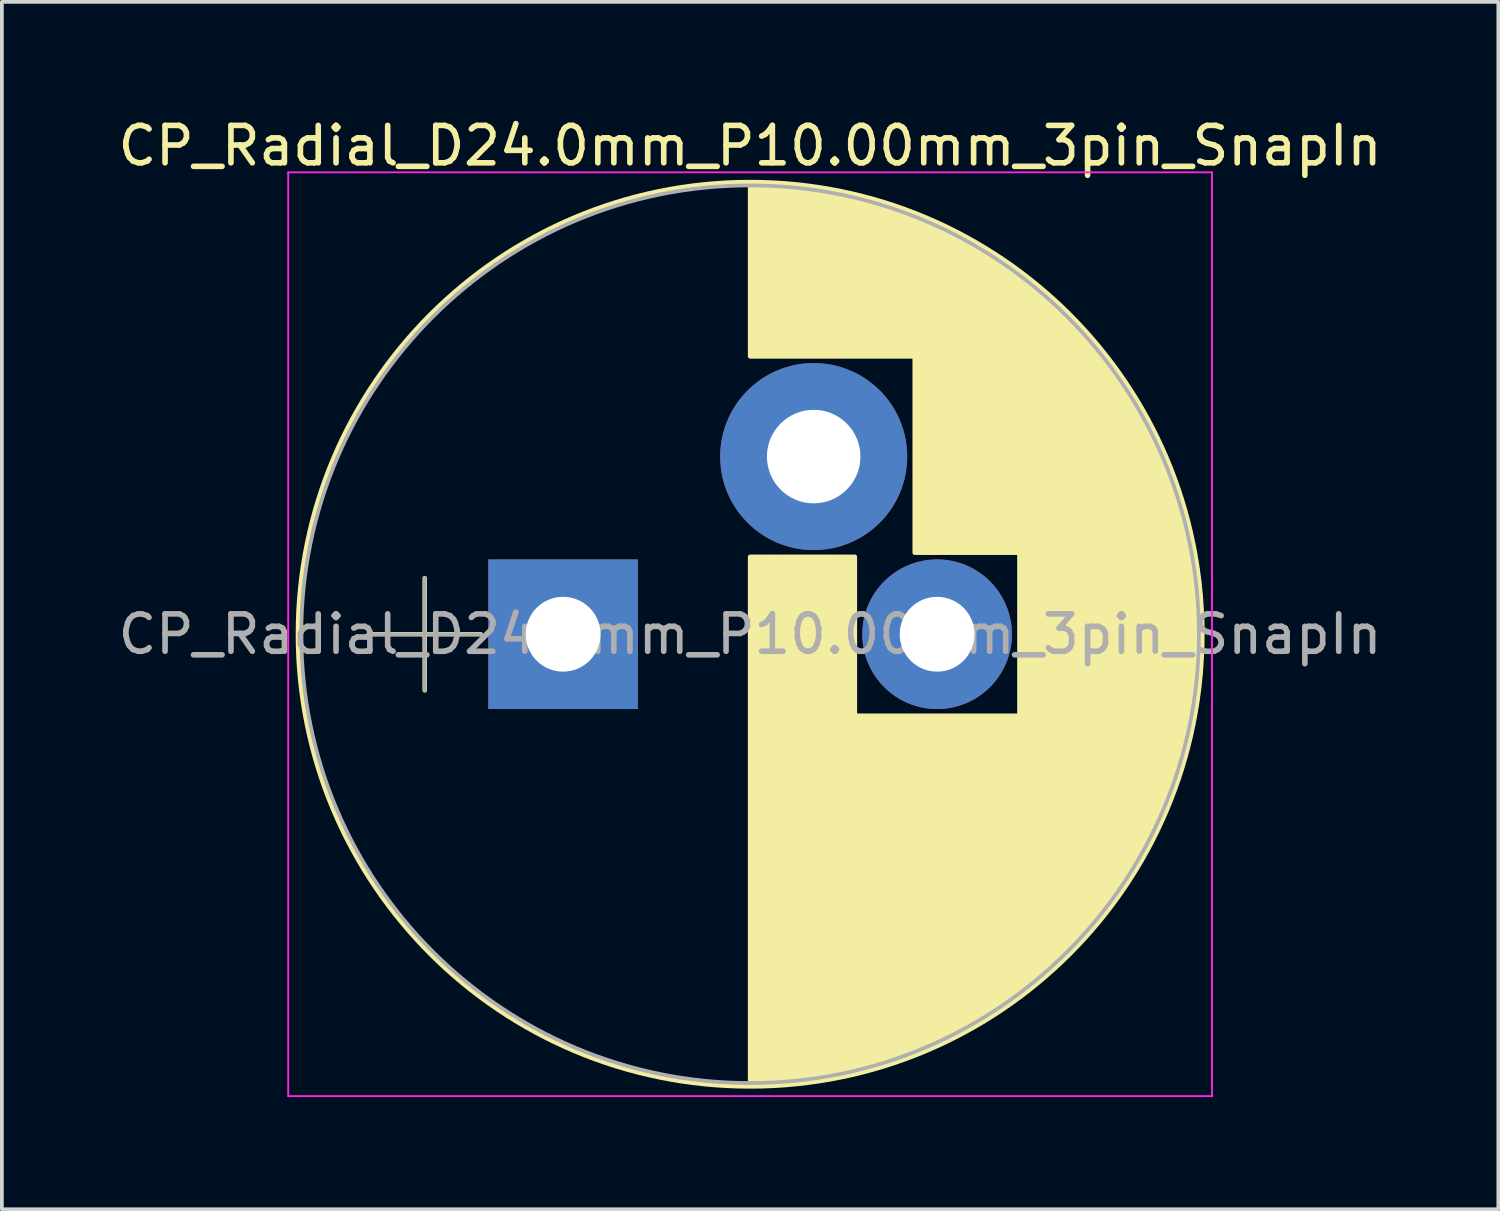
<source format=kicad_pcb>
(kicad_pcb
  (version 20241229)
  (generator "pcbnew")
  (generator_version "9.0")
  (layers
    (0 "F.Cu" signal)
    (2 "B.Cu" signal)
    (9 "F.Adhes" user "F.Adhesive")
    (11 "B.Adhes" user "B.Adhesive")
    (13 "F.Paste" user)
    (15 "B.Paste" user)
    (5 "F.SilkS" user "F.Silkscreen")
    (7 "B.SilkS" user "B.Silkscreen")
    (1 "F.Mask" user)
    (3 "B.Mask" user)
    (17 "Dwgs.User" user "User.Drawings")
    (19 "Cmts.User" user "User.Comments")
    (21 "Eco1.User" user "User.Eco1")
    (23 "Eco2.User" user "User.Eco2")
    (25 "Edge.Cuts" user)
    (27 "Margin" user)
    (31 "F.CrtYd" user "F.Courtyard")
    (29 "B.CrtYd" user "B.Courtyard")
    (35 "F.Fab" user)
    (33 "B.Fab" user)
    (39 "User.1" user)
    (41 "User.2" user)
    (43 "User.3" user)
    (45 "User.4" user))
  (footprint "CP_Radial_D24.0mm_P10.00mm_3pin_SnapIn"
    (layer "F.Cu")
    (at 12.006 13.908)
    (property "Reference" "CP_Radial_D24.0mm_P10.00mm_3pin_SnapIn" (at 5 -13.06 0) (layer "F.SilkS") (effects (font (size 1 1) (thickness 0.15))))
    (attr through_hole)
    (fp_line (start -5.2 0) (end -2.2 0) (stroke (width 0.12) (type solid)) (layer "F.SilkS"))
    (fp_line (start -3.7 -1.5) (end -3.7 1.5) (stroke (width 0.12) (type solid)) (layer "F.SilkS"))
    (fp_line (start 5 -12.05) (end 5 -7.43) (stroke (width 0.12) (type solid)) (layer "F.SilkS"))
    (fp_line (start 5 -2.07) (end 5 12.05) (stroke (width 0.12) (type solid)) (layer "F.SilkS"))
    (fp_line (start 5.04 -12.05) (end 5.04 -7.43) (stroke (width 0.12) (type solid)) (layer "F.SilkS"))
    (fp_line (start 5.04 -2.07) (end 5.04 12.05) (stroke (width 0.12) (type solid)) (layer "F.SilkS"))
    (fp_line (start 5.08 -12.05) (end 5.08 -7.43) (stroke (width 0.12) (type solid)) (layer "F.SilkS"))
    (fp_line (start 5.08 -2.07) (end 5.08 12.05) (stroke (width 0.12) (type solid)) (layer "F.SilkS"))
    (fp_line (start 5.12 -12.05) (end 5.12 -7.43) (stroke (width 0.12) (type solid)) (layer "F.SilkS"))
    (fp_line (start 5.12 -2.07) (end 5.12 12.05) (stroke (width 0.12) (type solid)) (layer "F.SilkS"))
    (fp_line (start 5.16 -12.049) (end 5.16 -7.43) (stroke (width 0.12) (type solid)) (layer "F.SilkS"))
    (fp_line (start 5.16 -2.07) (end 5.16 12.049) (stroke (width 0.12) (type solid)) (layer "F.SilkS"))
    (fp_line (start 5.2 -12.049) (end 5.2 -7.43) (stroke (width 0.12) (type solid)) (layer "F.SilkS"))
    (fp_line (start 5.2 -2.07) (end 5.2 12.049) (stroke (width 0.12) (type solid)) (layer "F.SilkS"))
    (fp_line (start 5.24 -12.048) (end 5.24 -7.43) (stroke (width 0.12) (type solid)) (layer "F.SilkS"))
    (fp_line (start 5.24 -2.07) (end 5.24 12.048) (stroke (width 0.12) (type solid)) (layer "F.SilkS"))
    (fp_line (start 5.28 -12.047) (end 5.28 -7.43) (stroke (width 0.12) (type solid)) (layer "F.SilkS"))
    (fp_line (start 5.28 -2.07) (end 5.28 12.047) (stroke (width 0.12) (type solid)) (layer "F.SilkS"))
    (fp_line (start 5.32 -12.046) (end 5.32 -7.43) (stroke (width 0.12) (type solid)) (layer "F.SilkS"))
    (fp_line (start 5.32 -2.07) (end 5.32 12.046) (stroke (width 0.12) (type solid)) (layer "F.SilkS"))
    (fp_line (start 5.36 -12.045) (end 5.36 -7.43) (stroke (width 0.12) (type solid)) (layer "F.SilkS"))
    (fp_line (start 5.36 -2.07) (end 5.36 12.045) (stroke (width 0.12) (type solid)) (layer "F.SilkS"))
    (fp_line (start 5.4 -12.044) (end 5.4 -7.43) (stroke (width 0.12) (type solid)) (layer "F.SilkS"))
    (fp_line (start 5.4 -2.07) (end 5.4 12.044) (stroke (width 0.12) (type solid)) (layer "F.SilkS"))
    (fp_line (start 5.44 -12.042) (end 5.44 -7.43) (stroke (width 0.12) (type solid)) (layer "F.SilkS"))
    (fp_line (start 5.44 -2.07) (end 5.44 12.042) (stroke (width 0.12) (type solid)) (layer "F.SilkS"))
    (fp_line (start 5.48 -12.041) (end 5.48 -7.43) (stroke (width 0.12) (type solid)) (layer "F.SilkS"))
    (fp_line (start 5.48 -2.07) (end 5.48 12.041) (stroke (width 0.12) (type solid)) (layer "F.SilkS"))
    (fp_line (start 5.52 -12.039) (end 5.52 -7.43) (stroke (width 0.12) (type solid)) (layer "F.SilkS"))
    (fp_line (start 5.52 -2.07) (end 5.52 12.039) (stroke (width 0.12) (type solid)) (layer "F.SilkS"))
    (fp_line (start 5.56 -12.038) (end 5.56 -7.43) (stroke (width 0.12) (type solid)) (layer "F.SilkS"))
    (fp_line (start 5.56 -2.07) (end 5.56 12.038) (stroke (width 0.12) (type solid)) (layer "F.SilkS"))
    (fp_line (start 5.6 -12.036) (end 5.6 -7.43) (stroke (width 0.12) (type solid)) (layer "F.SilkS"))
    (fp_line (start 5.6 -2.07) (end 5.6 12.036) (stroke (width 0.12) (type solid)) (layer "F.SilkS"))
    (fp_line (start 5.64 -12.034) (end 5.64 -7.43) (stroke (width 0.12) (type solid)) (layer "F.SilkS"))
    (fp_line (start 5.64 -2.07) (end 5.64 12.034) (stroke (width 0.12) (type solid)) (layer "F.SilkS"))
    (fp_line (start 5.68 -12.031) (end 5.68 -7.43) (stroke (width 0.12) (type solid)) (layer "F.SilkS"))
    (fp_line (start 5.68 -2.07) (end 5.68 12.031) (stroke (width 0.12) (type solid)) (layer "F.SilkS"))
    (fp_line (start 5.721 -12.029) (end 5.721 -7.43) (stroke (width 0.12) (type solid)) (layer "F.SilkS"))
    (fp_line (start 5.721 -2.07) (end 5.721 12.029) (stroke (width 0.12) (type solid)) (layer "F.SilkS"))
    (fp_line (start 5.761 -12.027) (end 5.761 -7.43) (stroke (width 0.12) (type solid)) (layer "F.SilkS"))
    (fp_line (start 5.761 -2.07) (end 5.761 12.027) (stroke (width 0.12) (type solid)) (layer "F.SilkS"))
    (fp_line (start 5.801 -12.024) (end 5.801 -7.43) (stroke (width 0.12) (type solid)) (layer "F.SilkS"))
    (fp_line (start 5.801 -2.07) (end 5.801 12.024) (stroke (width 0.12) (type solid)) (layer "F.SilkS"))
    (fp_line (start 5.841 -12.021) (end 5.841 -7.43) (stroke (width 0.12) (type solid)) (layer "F.SilkS"))
    (fp_line (start 5.841 -2.07) (end 5.841 12.021) (stroke (width 0.12) (type solid)) (layer "F.SilkS"))
    (fp_line (start 5.881 -12.018) (end 5.881 -7.43) (stroke (width 0.12) (type solid)) (layer "F.SilkS"))
    (fp_line (start 5.881 -2.07) (end 5.881 12.018) (stroke (width 0.12) (type solid)) (layer "F.SilkS"))
    (fp_line (start 5.921 -12.015) (end 5.921 -7.43) (stroke (width 0.12) (type solid)) (layer "F.SilkS"))
    (fp_line (start 5.921 -2.07) (end 5.921 12.015) (stroke (width 0.12) (type solid)) (layer "F.SilkS"))
    (fp_line (start 5.961 -12.012) (end 5.961 -7.43) (stroke (width 0.12) (type solid)) (layer "F.SilkS"))
    (fp_line (start 5.961 -2.07) (end 5.961 12.012) (stroke (width 0.12) (type solid)) (layer "F.SilkS"))
    (fp_line (start 6.001 -12.009) (end 6.001 -7.43) (stroke (width 0.12) (type solid)) (layer "F.SilkS"))
    (fp_line (start 6.001 -2.07) (end 6.001 12.009) (stroke (width 0.12) (type solid)) (layer "F.SilkS"))
    (fp_line (start 6.041 -12.006) (end 6.041 -7.43) (stroke (width 0.12) (type solid)) (layer "F.SilkS"))
    (fp_line (start 6.041 -2.07) (end 6.041 12.006) (stroke (width 0.12) (type solid)) (layer "F.SilkS"))
    (fp_line (start 6.081 -12.002) (end 6.081 -7.43) (stroke (width 0.12) (type solid)) (layer "F.SilkS"))
    (fp_line (start 6.081 -2.07) (end 6.081 12.002) (stroke (width 0.12) (type solid)) (layer "F.SilkS"))
    (fp_line (start 6.121 -11.999) (end 6.121 -7.43) (stroke (width 0.12) (type solid)) (layer "F.SilkS"))
    (fp_line (start 6.121 -2.07) (end 6.121 11.999) (stroke (width 0.12) (type solid)) (layer "F.SilkS"))
    (fp_line (start 6.161 -11.995) (end 6.161 -7.43) (stroke (width 0.12) (type solid)) (layer "F.SilkS"))
    (fp_line (start 6.161 -2.07) (end 6.161 11.995) (stroke (width 0.12) (type solid)) (layer "F.SilkS"))
    (fp_line (start 6.201 -11.991) (end 6.201 -7.43) (stroke (width 0.12) (type solid)) (layer "F.SilkS"))
    (fp_line (start 6.201 -2.07) (end 6.201 11.991) (stroke (width 0.12) (type solid)) (layer "F.SilkS"))
    (fp_line (start 6.241 -11.987) (end 6.241 -7.43) (stroke (width 0.12) (type solid)) (layer "F.SilkS"))
    (fp_line (start 6.241 -2.07) (end 6.241 11.987) (stroke (width 0.12) (type solid)) (layer "F.SilkS"))
    (fp_line (start 6.281 -11.983) (end 6.281 -7.43) (stroke (width 0.12) (type solid)) (layer "F.SilkS"))
    (fp_line (start 6.281 -2.07) (end 6.281 11.983) (stroke (width 0.12) (type solid)) (layer "F.SilkS"))
    (fp_line (start 6.321 -11.978) (end 6.321 -7.43) (stroke (width 0.12) (type solid)) (layer "F.SilkS"))
    (fp_line (start 6.321 -2.07) (end 6.321 11.978) (stroke (width 0.12) (type solid)) (layer "F.SilkS"))
    (fp_line (start 6.361 -11.974) (end 6.361 -7.43) (stroke (width 0.12) (type solid)) (layer "F.SilkS"))
    (fp_line (start 6.361 -2.07) (end 6.361 11.974) (stroke (width 0.12) (type solid)) (layer "F.SilkS"))
    (fp_line (start 6.401 -11.969) (end 6.401 -7.43) (stroke (width 0.12) (type solid)) (layer "F.SilkS"))
    (fp_line (start 6.401 -2.07) (end 6.401 11.969) (stroke (width 0.12) (type solid)) (layer "F.SilkS"))
    (fp_line (start 6.441 -11.964) (end 6.441 -7.43) (stroke (width 0.12) (type solid)) (layer "F.SilkS"))
    (fp_line (start 6.441 -2.07) (end 6.441 11.964) (stroke (width 0.12) (type solid)) (layer "F.SilkS"))
    (fp_line (start 6.481 -11.96) (end 6.481 -7.43) (stroke (width 0.12) (type solid)) (layer "F.SilkS"))
    (fp_line (start 6.481 -2.07) (end 6.481 11.96) (stroke (width 0.12) (type solid)) (layer "F.SilkS"))
    (fp_line (start 6.521 -11.955) (end 6.521 -7.43) (stroke (width 0.12) (type solid)) (layer "F.SilkS"))
    (fp_line (start 6.521 -2.07) (end 6.521 11.955) (stroke (width 0.12) (type solid)) (layer "F.SilkS"))
    (fp_line (start 6.561 -11.949) (end 6.561 -7.43) (stroke (width 0.12) (type solid)) (layer "F.SilkS"))
    (fp_line (start 6.561 -2.07) (end 6.561 11.949) (stroke (width 0.12) (type solid)) (layer "F.SilkS"))
    (fp_line (start 6.601 -11.944) (end 6.601 -7.43) (stroke (width 0.12) (type solid)) (layer "F.SilkS"))
    (fp_line (start 6.601 -2.07) (end 6.601 11.944) (stroke (width 0.12) (type solid)) (layer "F.SilkS"))
    (fp_line (start 6.641 -11.939) (end 6.641 -7.43) (stroke (width 0.12) (type solid)) (layer "F.SilkS"))
    (fp_line (start 6.641 -2.07) (end 6.641 11.939) (stroke (width 0.12) (type solid)) (layer "F.SilkS"))
    (fp_line (start 6.681 -11.933) (end 6.681 -7.43) (stroke (width 0.12) (type solid)) (layer "F.SilkS"))
    (fp_line (start 6.681 -2.07) (end 6.681 11.933) (stroke (width 0.12) (type solid)) (layer "F.SilkS"))
    (fp_line (start 6.721 -11.928) (end 6.721 -7.43) (stroke (width 0.12) (type solid)) (layer "F.SilkS"))
    (fp_line (start 6.721 -2.07) (end 6.721 11.928) (stroke (width 0.12) (type solid)) (layer "F.SilkS"))
    (fp_line (start 6.761 -11.922) (end 6.761 -7.43) (stroke (width 0.12) (type solid)) (layer "F.SilkS"))
    (fp_line (start 6.761 -2.07) (end 6.761 11.922) (stroke (width 0.12) (type solid)) (layer "F.SilkS"))
    (fp_line (start 6.801 -11.916) (end 6.801 -7.43) (stroke (width 0.12) (type solid)) (layer "F.SilkS"))
    (fp_line (start 6.801 -2.07) (end 6.801 11.916) (stroke (width 0.12) (type solid)) (layer "F.SilkS"))
    (fp_line (start 6.841 -11.91) (end 6.841 -7.43) (stroke (width 0.12) (type solid)) (layer "F.SilkS"))
    (fp_line (start 6.841 -2.07) (end 6.841 11.91) (stroke (width 0.12) (type solid)) (layer "F.SilkS"))
    (fp_line (start 6.881 -11.903) (end 6.881 -7.43) (stroke (width 0.12) (type solid)) (layer "F.SilkS"))
    (fp_line (start 6.881 -2.07) (end 6.881 11.903) (stroke (width 0.12) (type solid)) (layer "F.SilkS"))
    (fp_line (start 6.921 -11.897) (end 6.921 -7.43) (stroke (width 0.12) (type solid)) (layer "F.SilkS"))
    (fp_line (start 6.921 -2.07) (end 6.921 11.897) (stroke (width 0.12) (type solid)) (layer "F.SilkS"))
    (fp_line (start 6.961 -11.891) (end 6.961 -7.43) (stroke (width 0.12) (type solid)) (layer "F.SilkS"))
    (fp_line (start 6.961 -2.07) (end 6.961 11.891) (stroke (width 0.12) (type solid)) (layer "F.SilkS"))
    (fp_line (start 7.001 -11.884) (end 7.001 -7.43) (stroke (width 0.12) (type solid)) (layer "F.SilkS"))
    (fp_line (start 7.001 -2.07) (end 7.001 11.884) (stroke (width 0.12) (type solid)) (layer "F.SilkS"))
    (fp_line (start 7.041 -11.877) (end 7.041 -7.43) (stroke (width 0.12) (type solid)) (layer "F.SilkS"))
    (fp_line (start 7.041 -2.07) (end 7.041 11.877) (stroke (width 0.12) (type solid)) (layer "F.SilkS"))
    (fp_line (start 7.081 -11.87) (end 7.081 -7.43) (stroke (width 0.12) (type solid)) (layer "F.SilkS"))
    (fp_line (start 7.081 -2.07) (end 7.081 11.87) (stroke (width 0.12) (type solid)) (layer "F.SilkS"))
    (fp_line (start 7.121 -11.863) (end 7.121 -7.43) (stroke (width 0.12) (type solid)) (layer "F.SilkS"))
    (fp_line (start 7.121 -2.07) (end 7.121 11.863) (stroke (width 0.12) (type solid)) (layer "F.SilkS"))
    (fp_line (start 7.161 -11.856) (end 7.161 -7.43) (stroke (width 0.12) (type solid)) (layer "F.SilkS"))
    (fp_line (start 7.161 -2.07) (end 7.161 11.856) (stroke (width 0.12) (type solid)) (layer "F.SilkS"))
    (fp_line (start 7.201 -11.849) (end 7.201 -7.43) (stroke (width 0.12) (type solid)) (layer "F.SilkS"))
    (fp_line (start 7.201 -2.07) (end 7.201 11.849) (stroke (width 0.12) (type solid)) (layer "F.SilkS"))
    (fp_line (start 7.241 -11.841) (end 7.241 -7.43) (stroke (width 0.12) (type solid)) (layer "F.SilkS"))
    (fp_line (start 7.241 -2.07) (end 7.241 11.841) (stroke (width 0.12) (type solid)) (layer "F.SilkS"))
    (fp_line (start 7.281 -11.834) (end 7.281 -7.43) (stroke (width 0.12) (type solid)) (layer "F.SilkS"))
    (fp_line (start 7.281 -2.07) (end 7.281 11.834) (stroke (width 0.12) (type solid)) (layer "F.SilkS"))
    (fp_line (start 7.321 -11.826) (end 7.321 -7.43) (stroke (width 0.12) (type solid)) (layer "F.SilkS"))
    (fp_line (start 7.321 -2.07) (end 7.321 11.826) (stroke (width 0.12) (type solid)) (layer "F.SilkS"))
    (fp_line (start 7.361 -11.818) (end 7.361 -7.43) (stroke (width 0.12) (type solid)) (layer "F.SilkS"))
    (fp_line (start 7.361 -2.07) (end 7.361 11.818) (stroke (width 0.12) (type solid)) (layer "F.SilkS"))
    (fp_line (start 7.401 -11.81) (end 7.401 -7.43) (stroke (width 0.12) (type solid)) (layer "F.SilkS"))
    (fp_line (start 7.401 -2.07) (end 7.401 11.81) (stroke (width 0.12) (type solid)) (layer "F.SilkS"))
    (fp_line (start 7.441 -11.802) (end 7.441 -7.43) (stroke (width 0.12) (type solid)) (layer "F.SilkS"))
    (fp_line (start 7.441 -2.07) (end 7.441 11.802) (stroke (width 0.12) (type solid)) (layer "F.SilkS"))
    (fp_line (start 7.481 -11.793) (end 7.481 -7.43) (stroke (width 0.12) (type solid)) (layer "F.SilkS"))
    (fp_line (start 7.481 -2.07) (end 7.481 11.793) (stroke (width 0.12) (type solid)) (layer "F.SilkS"))
    (fp_line (start 7.521 -11.785) (end 7.521 -7.43) (stroke (width 0.12) (type solid)) (layer "F.SilkS"))
    (fp_line (start 7.521 -2.07) (end 7.521 11.785) (stroke (width 0.12) (type solid)) (layer "F.SilkS"))
    (fp_line (start 7.561 -11.776) (end 7.561 -7.43) (stroke (width 0.12) (type solid)) (layer "F.SilkS"))
    (fp_line (start 7.561 -2.07) (end 7.561 11.776) (stroke (width 0.12) (type solid)) (layer "F.SilkS"))
    (fp_line (start 7.601 -11.768) (end 7.601 -7.43) (stroke (width 0.12) (type solid)) (layer "F.SilkS"))
    (fp_line (start 7.601 -2.07) (end 7.601 11.768) (stroke (width 0.12) (type solid)) (layer "F.SilkS"))
    (fp_line (start 7.641 -11.759) (end 7.641 -7.43) (stroke (width 0.12) (type solid)) (layer "F.SilkS"))
    (fp_line (start 7.641 -2.07) (end 7.641 11.759) (stroke (width 0.12) (type solid)) (layer "F.SilkS"))
    (fp_line (start 7.681 -11.75) (end 7.681 -7.43) (stroke (width 0.12) (type solid)) (layer "F.SilkS"))
    (fp_line (start 7.681 -2.07) (end 7.681 11.75) (stroke (width 0.12) (type solid)) (layer "F.SilkS"))
    (fp_line (start 7.721 -11.741) (end 7.721 -7.43) (stroke (width 0.12) (type solid)) (layer "F.SilkS"))
    (fp_line (start 7.721 -2.07) (end 7.721 11.741) (stroke (width 0.12) (type solid)) (layer "F.SilkS"))
    (fp_line (start 7.761 -11.731) (end 7.761 -7.43) (stroke (width 0.12) (type solid)) (layer "F.SilkS"))
    (fp_line (start 7.761 -2.07) (end 7.761 11.731) (stroke (width 0.12) (type solid)) (layer "F.SilkS"))
    (fp_line (start 7.801 -11.722) (end 7.801 -7.43) (stroke (width 0.12) (type solid)) (layer "F.SilkS"))
    (fp_line (start 7.801 -2.07) (end 7.801 11.722) (stroke (width 0.12) (type solid)) (layer "F.SilkS"))
    (fp_line (start 7.841 -11.712) (end 7.841 -7.43) (stroke (width 0.12) (type solid)) (layer "F.SilkS"))
    (fp_line (start 7.841 2.18) (end 7.841 11.712) (stroke (width 0.12) (type solid)) (layer "F.SilkS"))
    (fp_line (start 7.881 -11.702) (end 7.881 -7.43) (stroke (width 0.12) (type solid)) (layer "F.SilkS"))
    (fp_line (start 7.881 2.18) (end 7.881 11.702) (stroke (width 0.12) (type solid)) (layer "F.SilkS"))
    (fp_line (start 7.921 -11.693) (end 7.921 -7.43) (stroke (width 0.12) (type solid)) (layer "F.SilkS"))
    (fp_line (start 7.921 2.18) (end 7.921 11.693) (stroke (width 0.12) (type solid)) (layer "F.SilkS"))
    (fp_line (start 7.961 -11.683) (end 7.961 -7.43) (stroke (width 0.12) (type solid)) (layer "F.SilkS"))
    (fp_line (start 7.961 2.18) (end 7.961 11.683) (stroke (width 0.12) (type solid)) (layer "F.SilkS"))
    (fp_line (start 8.001 -11.672) (end 8.001 -7.43) (stroke (width 0.12) (type solid)) (layer "F.SilkS"))
    (fp_line (start 8.001 2.18) (end 8.001 11.672) (stroke (width 0.12) (type solid)) (layer "F.SilkS"))
    (fp_line (start 8.041 -11.662) (end 8.041 -7.43) (stroke (width 0.12) (type solid)) (layer "F.SilkS"))
    (fp_line (start 8.041 2.18) (end 8.041 11.662) (stroke (width 0.12) (type solid)) (layer "F.SilkS"))
    (fp_line (start 8.081 -11.652) (end 8.081 -7.43) (stroke (width 0.12) (type solid)) (layer "F.SilkS"))
    (fp_line (start 8.081 2.18) (end 8.081 11.652) (stroke (width 0.12) (type solid)) (layer "F.SilkS"))
    (fp_line (start 8.121 -11.641) (end 8.121 -7.43) (stroke (width 0.12) (type solid)) (layer "F.SilkS"))
    (fp_line (start 8.121 2.18) (end 8.121 11.641) (stroke (width 0.12) (type solid)) (layer "F.SilkS"))
    (fp_line (start 8.161 -11.63) (end 8.161 -7.43) (stroke (width 0.12) (type solid)) (layer "F.SilkS"))
    (fp_line (start 8.161 2.18) (end 8.161 11.63) (stroke (width 0.12) (type solid)) (layer "F.SilkS"))
    (fp_line (start 8.201 -11.619) (end 8.201 -7.43) (stroke (width 0.12) (type solid)) (layer "F.SilkS"))
    (fp_line (start 8.201 2.18) (end 8.201 11.619) (stroke (width 0.12) (type solid)) (layer "F.SilkS"))
    (fp_line (start 8.241 -11.608) (end 8.241 -7.43) (stroke (width 0.12) (type solid)) (layer "F.SilkS"))
    (fp_line (start 8.241 2.18) (end 8.241 11.608) (stroke (width 0.12) (type solid)) (layer "F.SilkS"))
    (fp_line (start 8.281 -11.597) (end 8.281 -7.43) (stroke (width 0.12) (type solid)) (layer "F.SilkS"))
    (fp_line (start 8.281 2.18) (end 8.281 11.597) (stroke (width 0.12) (type solid)) (layer "F.SilkS"))
    (fp_line (start 8.321 -11.586) (end 8.321 -7.43) (stroke (width 0.12) (type solid)) (layer "F.SilkS"))
    (fp_line (start 8.321 2.18) (end 8.321 11.586) (stroke (width 0.12) (type solid)) (layer "F.SilkS"))
    (fp_line (start 8.361 -11.574) (end 8.361 -7.43) (stroke (width 0.12) (type solid)) (layer "F.SilkS"))
    (fp_line (start 8.361 2.18) (end 8.361 11.574) (stroke (width 0.12) (type solid)) (layer "F.SilkS"))
    (fp_line (start 8.401 -11.563) (end 8.401 -7.43) (stroke (width 0.12) (type solid)) (layer "F.SilkS"))
    (fp_line (start 8.401 2.18) (end 8.401 11.563) (stroke (width 0.12) (type solid)) (layer "F.SilkS"))
    (fp_line (start 8.441 -11.551) (end 8.441 -7.43) (stroke (width 0.12) (type solid)) (layer "F.SilkS"))
    (fp_line (start 8.441 2.18) (end 8.441 11.551) (stroke (width 0.12) (type solid)) (layer "F.SilkS"))
    (fp_line (start 8.481 -11.539) (end 8.481 -7.43) (stroke (width 0.12) (type solid)) (layer "F.SilkS"))
    (fp_line (start 8.481 2.18) (end 8.481 11.539) (stroke (width 0.12) (type solid)) (layer "F.SilkS"))
    (fp_line (start 8.521 -11.527) (end 8.521 -7.43) (stroke (width 0.12) (type solid)) (layer "F.SilkS"))
    (fp_line (start 8.521 2.18) (end 8.521 11.527) (stroke (width 0.12) (type solid)) (layer "F.SilkS"))
    (fp_line (start 8.561 -11.514) (end 8.561 -7.43) (stroke (width 0.12) (type solid)) (layer "F.SilkS"))
    (fp_line (start 8.561 2.18) (end 8.561 11.514) (stroke (width 0.12) (type solid)) (layer "F.SilkS"))
    (fp_line (start 8.601 -11.502) (end 8.601 -7.43) (stroke (width 0.12) (type solid)) (layer "F.SilkS"))
    (fp_line (start 8.601 2.18) (end 8.601 11.502) (stroke (width 0.12) (type solid)) (layer "F.SilkS"))
    (fp_line (start 8.641 -11.49) (end 8.641 -7.43) (stroke (width 0.12) (type solid)) (layer "F.SilkS"))
    (fp_line (start 8.641 2.18) (end 8.641 11.49) (stroke (width 0.12) (type solid)) (layer "F.SilkS"))
    (fp_line (start 8.681 -11.477) (end 8.681 -7.43) (stroke (width 0.12) (type solid)) (layer "F.SilkS"))
    (fp_line (start 8.681 2.18) (end 8.681 11.477) (stroke (width 0.12) (type solid)) (layer "F.SilkS"))
    (fp_line (start 8.721 -11.464) (end 8.721 -7.43) (stroke (width 0.12) (type solid)) (layer "F.SilkS"))
    (fp_line (start 8.721 2.18) (end 8.721 11.464) (stroke (width 0.12) (type solid)) (layer "F.SilkS"))
    (fp_line (start 8.761 -11.451) (end 8.761 -7.43) (stroke (width 0.12) (type solid)) (layer "F.SilkS"))
    (fp_line (start 8.761 2.18) (end 8.761 11.451) (stroke (width 0.12) (type solid)) (layer "F.SilkS"))
    (fp_line (start 8.801 -11.438) (end 8.801 -7.43) (stroke (width 0.12) (type solid)) (layer "F.SilkS"))
    (fp_line (start 8.801 2.18) (end 8.801 11.438) (stroke (width 0.12) (type solid)) (layer "F.SilkS"))
    (fp_line (start 8.841 -11.424) (end 8.841 -7.43) (stroke (width 0.12) (type solid)) (layer "F.SilkS"))
    (fp_line (start 8.841 2.18) (end 8.841 11.424) (stroke (width 0.12) (type solid)) (layer "F.SilkS"))
    (fp_line (start 8.881 -11.411) (end 8.881 -7.43) (stroke (width 0.12) (type solid)) (layer "F.SilkS"))
    (fp_line (start 8.881 2.18) (end 8.881 11.411) (stroke (width 0.12) (type solid)) (layer "F.SilkS"))
    (fp_line (start 8.921 -11.397) (end 8.921 -7.43) (stroke (width 0.12) (type solid)) (layer "F.SilkS"))
    (fp_line (start 8.921 2.18) (end 8.921 11.397) (stroke (width 0.12) (type solid)) (layer "F.SilkS"))
    (fp_line (start 8.961 -11.384) (end 8.961 -7.43) (stroke (width 0.12) (type solid)) (layer "F.SilkS"))
    (fp_line (start 8.961 2.18) (end 8.961 11.384) (stroke (width 0.12) (type solid)) (layer "F.SilkS"))
    (fp_line (start 9.001 -11.37) (end 9.001 -7.43) (stroke (width 0.12) (type solid)) (layer "F.SilkS"))
    (fp_line (start 9.001 2.18) (end 9.001 11.37) (stroke (width 0.12) (type solid)) (layer "F.SilkS"))
    (fp_line (start 9.041 -11.356) (end 9.041 -7.43) (stroke (width 0.12) (type solid)) (layer "F.SilkS"))
    (fp_line (start 9.041 2.18) (end 9.041 11.356) (stroke (width 0.12) (type solid)) (layer "F.SilkS"))
    (fp_line (start 9.081 -11.341) (end 9.081 -7.43) (stroke (width 0.12) (type solid)) (layer "F.SilkS"))
    (fp_line (start 9.081 2.18) (end 9.081 11.341) (stroke (width 0.12) (type solid)) (layer "F.SilkS"))
    (fp_line (start 9.121 -11.327) (end 9.121 -7.43) (stroke (width 0.12) (type solid)) (layer "F.SilkS"))
    (fp_line (start 9.121 2.18) (end 9.121 11.327) (stroke (width 0.12) (type solid)) (layer "F.SilkS"))
    (fp_line (start 9.161 -11.312) (end 9.161 -7.43) (stroke (width 0.12) (type solid)) (layer "F.SilkS"))
    (fp_line (start 9.161 2.18) (end 9.161 11.312) (stroke (width 0.12) (type solid)) (layer "F.SilkS"))
    (fp_line (start 9.201 -11.298) (end 9.201 -7.43) (stroke (width 0.12) (type solid)) (layer "F.SilkS"))
    (fp_line (start 9.201 2.18) (end 9.201 11.298) (stroke (width 0.12) (type solid)) (layer "F.SilkS"))
    (fp_line (start 9.241 -11.283) (end 9.241 -7.43) (stroke (width 0.12) (type solid)) (layer "F.SilkS"))
    (fp_line (start 9.241 2.18) (end 9.241 11.283) (stroke (width 0.12) (type solid)) (layer "F.SilkS"))
    (fp_line (start 9.281 -11.268) (end 9.281 -7.43) (stroke (width 0.12) (type solid)) (layer "F.SilkS"))
    (fp_line (start 9.281 2.18) (end 9.281 11.268) (stroke (width 0.12) (type solid)) (layer "F.SilkS"))
    (fp_line (start 9.321 -11.252) (end 9.321 -7.43) (stroke (width 0.12) (type solid)) (layer "F.SilkS"))
    (fp_line (start 9.321 2.18) (end 9.321 11.252) (stroke (width 0.12) (type solid)) (layer "F.SilkS"))
    (fp_line (start 9.361 -11.237) (end 9.361 -7.43) (stroke (width 0.12) (type solid)) (layer "F.SilkS"))
    (fp_line (start 9.361 2.18) (end 9.361 11.237) (stroke (width 0.12) (type solid)) (layer "F.SilkS"))
    (fp_line (start 9.401 -11.221) (end 9.401 -2.18) (stroke (width 0.12) (type solid)) (layer "F.SilkS"))
    (fp_line (start 9.401 2.18) (end 9.401 11.221) (stroke (width 0.12) (type solid)) (layer "F.SilkS"))
    (fp_line (start 9.441 -11.206) (end 9.441 -2.18) (stroke (width 0.12) (type solid)) (layer "F.SilkS"))
    (fp_line (start 9.441 2.18) (end 9.441 11.206) (stroke (width 0.12) (type solid)) (layer "F.SilkS"))
    (fp_line (start 9.481 -11.19) (end 9.481 -2.18) (stroke (width 0.12) (type solid)) (layer "F.SilkS"))
    (fp_line (start 9.481 2.18) (end 9.481 11.19) (stroke (width 0.12) (type solid)) (layer "F.SilkS"))
    (fp_line (start 9.521 -11.174) (end 9.521 -2.18) (stroke (width 0.12) (type solid)) (layer "F.SilkS"))
    (fp_line (start 9.521 2.18) (end 9.521 11.174) (stroke (width 0.12) (type solid)) (layer "F.SilkS"))
    (fp_line (start 9.561 -11.158) (end 9.561 -2.18) (stroke (width 0.12) (type solid)) (layer "F.SilkS"))
    (fp_line (start 9.561 2.18) (end 9.561 11.158) (stroke (width 0.12) (type solid)) (layer "F.SilkS"))
    (fp_line (start 9.601 -11.141) (end 9.601 -2.18) (stroke (width 0.12) (type solid)) (layer "F.SilkS"))
    (fp_line (start 9.601 2.18) (end 9.601 11.141) (stroke (width 0.12) (type solid)) (layer "F.SilkS"))
    (fp_line (start 9.641 -11.125) (end 9.641 -2.18) (stroke (width 0.12) (type solid)) (layer "F.SilkS"))
    (fp_line (start 9.641 2.18) (end 9.641 11.125) (stroke (width 0.12) (type solid)) (layer "F.SilkS"))
    (fp_line (start 9.681 -11.108) (end 9.681 -2.18) (stroke (width 0.12) (type solid)) (layer "F.SilkS"))
    (fp_line (start 9.681 2.18) (end 9.681 11.108) (stroke (width 0.12) (type solid)) (layer "F.SilkS"))
    (fp_line (start 9.721 -11.091) (end 9.721 -2.18) (stroke (width 0.12) (type solid)) (layer "F.SilkS"))
    (fp_line (start 9.721 2.18) (end 9.721 11.091) (stroke (width 0.12) (type solid)) (layer "F.SilkS"))
    (fp_line (start 9.761 -11.074) (end 9.761 -2.18) (stroke (width 0.12) (type solid)) (layer "F.SilkS"))
    (fp_line (start 9.761 2.18) (end 9.761 11.074) (stroke (width 0.12) (type solid)) (layer "F.SilkS"))
    (fp_line (start 9.801 -11.057) (end 9.801 -2.18) (stroke (width 0.12) (type solid)) (layer "F.SilkS"))
    (fp_line (start 9.801 2.18) (end 9.801 11.057) (stroke (width 0.12) (type solid)) (layer "F.SilkS"))
    (fp_line (start 9.841 -11.039) (end 9.841 -2.18) (stroke (width 0.12) (type solid)) (layer "F.SilkS"))
    (fp_line (start 9.841 2.18) (end 9.841 11.039) (stroke (width 0.12) (type solid)) (layer "F.SilkS"))
    (fp_line (start 9.881 -11.022) (end 9.881 -2.18) (stroke (width 0.12) (type solid)) (layer "F.SilkS"))
    (fp_line (start 9.881 2.18) (end 9.881 11.022) (stroke (width 0.12) (type solid)) (layer "F.SilkS"))
    (fp_line (start 9.921 -11.004) (end 9.921 -2.18) (stroke (width 0.12) (type solid)) (layer "F.SilkS"))
    (fp_line (start 9.921 2.18) (end 9.921 11.004) (stroke (width 0.12) (type solid)) (layer "F.SilkS"))
    (fp_line (start 9.961 -10.986) (end 9.961 -2.18) (stroke (width 0.12) (type solid)) (layer "F.SilkS"))
    (fp_line (start 9.961 2.18) (end 9.961 10.986) (stroke (width 0.12) (type solid)) (layer "F.SilkS"))
    (fp_line (start 10.001 -10.968) (end 10.001 -2.18) (stroke (width 0.12) (type solid)) (layer "F.SilkS"))
    (fp_line (start 10.001 2.18) (end 10.001 10.968) (stroke (width 0.12) (type solid)) (layer "F.SilkS"))
    (fp_line (start 10.041 -10.95) (end 10.041 -2.18) (stroke (width 0.12) (type solid)) (layer "F.SilkS"))
    (fp_line (start 10.041 2.18) (end 10.041 10.95) (stroke (width 0.12) (type solid)) (layer "F.SilkS"))
    (fp_line (start 10.081 -10.931) (end 10.081 -2.18) (stroke (width 0.12) (type solid)) (layer "F.SilkS"))
    (fp_line (start 10.081 2.18) (end 10.081 10.931) (stroke (width 0.12) (type solid)) (layer "F.SilkS"))
    (fp_line (start 10.121 -10.913) (end 10.121 -2.18) (stroke (width 0.12) (type solid)) (layer "F.SilkS"))
    (fp_line (start 10.121 2.18) (end 10.121 10.913) (stroke (width 0.12) (type solid)) (layer "F.SilkS"))
    (fp_line (start 10.161 -10.894) (end 10.161 -2.18) (stroke (width 0.12) (type solid)) (layer "F.SilkS"))
    (fp_line (start 10.161 2.18) (end 10.161 10.894) (stroke (width 0.12) (type solid)) (layer "F.SilkS"))
    (fp_line (start 10.201 -10.875) (end 10.201 -2.18) (stroke (width 0.12) (type solid)) (layer "F.SilkS"))
    (fp_line (start 10.201 2.18) (end 10.201 10.875) (stroke (width 0.12) (type solid)) (layer "F.SilkS"))
    (fp_line (start 10.241 -10.856) (end 10.241 -2.18) (stroke (width 0.12) (type solid)) (layer "F.SilkS"))
    (fp_line (start 10.241 2.18) (end 10.241 10.856) (stroke (width 0.12) (type solid)) (layer "F.SilkS"))
    (fp_line (start 10.281 -10.837) (end 10.281 -2.18) (stroke (width 0.12) (type solid)) (layer "F.SilkS"))
    (fp_line (start 10.281 2.18) (end 10.281 10.837) (stroke (width 0.12) (type solid)) (layer "F.SilkS"))
    (fp_line (start 10.321 -10.817) (end 10.321 -2.18) (stroke (width 0.12) (type solid)) (layer "F.SilkS"))
    (fp_line (start 10.321 2.18) (end 10.321 10.817) (stroke (width 0.12) (type solid)) (layer "F.SilkS"))
    (fp_line (start 10.361 -10.797) (end 10.361 -2.18) (stroke (width 0.12) (type solid)) (layer "F.SilkS"))
    (fp_line (start 10.361 2.18) (end 10.361 10.797) (stroke (width 0.12) (type solid)) (layer "F.SilkS"))
    (fp_line (start 10.401 -10.778) (end 10.401 -2.18) (stroke (width 0.12) (type solid)) (layer "F.SilkS"))
    (fp_line (start 10.401 2.18) (end 10.401 10.778) (stroke (width 0.12) (type solid)) (layer "F.SilkS"))
    (fp_line (start 10.441 -10.757) (end 10.441 -2.18) (stroke (width 0.12) (type solid)) (layer "F.SilkS"))
    (fp_line (start 10.441 2.18) (end 10.441 10.757) (stroke (width 0.12) (type solid)) (layer "F.SilkS"))
    (fp_line (start 10.481 -10.737) (end 10.481 -2.18) (stroke (width 0.12) (type solid)) (layer "F.SilkS"))
    (fp_line (start 10.481 2.18) (end 10.481 10.737) (stroke (width 0.12) (type solid)) (layer "F.SilkS"))
    (fp_line (start 10.521 -10.717) (end 10.521 -2.18) (stroke (width 0.12) (type solid)) (layer "F.SilkS"))
    (fp_line (start 10.521 2.18) (end 10.521 10.717) (stroke (width 0.12) (type solid)) (layer "F.SilkS"))
    (fp_line (start 10.561 -10.696) (end 10.561 -2.18) (stroke (width 0.12) (type solid)) (layer "F.SilkS"))
    (fp_line (start 10.561 2.18) (end 10.561 10.696) (stroke (width 0.12) (type solid)) (layer "F.SilkS"))
    (fp_line (start 10.601 -10.675) (end 10.601 -2.18) (stroke (width 0.12) (type solid)) (layer "F.SilkS"))
    (fp_line (start 10.601 2.18) (end 10.601 10.675) (stroke (width 0.12) (type solid)) (layer "F.SilkS"))
    (fp_line (start 10.641 -10.654) (end 10.641 -2.18) (stroke (width 0.12) (type solid)) (layer "F.SilkS"))
    (fp_line (start 10.641 2.18) (end 10.641 10.654) (stroke (width 0.12) (type solid)) (layer "F.SilkS"))
    (fp_line (start 10.681 -10.633) (end 10.681 -2.18) (stroke (width 0.12) (type solid)) (layer "F.SilkS"))
    (fp_line (start 10.681 2.18) (end 10.681 10.633) (stroke (width 0.12) (type solid)) (layer "F.SilkS"))
    (fp_line (start 10.721 -10.612) (end 10.721 -2.18) (stroke (width 0.12) (type solid)) (layer "F.SilkS"))
    (fp_line (start 10.721 2.18) (end 10.721 10.612) (stroke (width 0.12) (type solid)) (layer "F.SilkS"))
    (fp_line (start 10.761 -10.59) (end 10.761 -2.18) (stroke (width 0.12) (type solid)) (layer "F.SilkS"))
    (fp_line (start 10.761 2.18) (end 10.761 10.59) (stroke (width 0.12) (type solid)) (layer "F.SilkS"))
    (fp_line (start 10.801 -10.568) (end 10.801 -2.18) (stroke (width 0.12) (type solid)) (layer "F.SilkS"))
    (fp_line (start 10.801 2.18) (end 10.801 10.568) (stroke (width 0.12) (type solid)) (layer "F.SilkS"))
    (fp_line (start 10.841 -10.546) (end 10.841 -2.18) (stroke (width 0.12) (type solid)) (layer "F.SilkS"))
    (fp_line (start 10.841 2.18) (end 10.841 10.546) (stroke (width 0.12) (type solid)) (layer "F.SilkS"))
    (fp_line (start 10.881 -10.524) (end 10.881 -2.18) (stroke (width 0.12) (type solid)) (layer "F.SilkS"))
    (fp_line (start 10.881 2.18) (end 10.881 10.524) (stroke (width 0.12) (type solid)) (layer "F.SilkS"))
    (fp_line (start 10.921 -10.502) (end 10.921 -2.18) (stroke (width 0.12) (type solid)) (layer "F.SilkS"))
    (fp_line (start 10.921 2.18) (end 10.921 10.502) (stroke (width 0.12) (type solid)) (layer "F.SilkS"))
    (fp_line (start 10.961 -10.479) (end 10.961 -2.18) (stroke (width 0.12) (type solid)) (layer "F.SilkS"))
    (fp_line (start 10.961 2.18) (end 10.961 10.479) (stroke (width 0.12) (type solid)) (layer "F.SilkS"))
    (fp_line (start 11.001 -10.457) (end 11.001 -2.18) (stroke (width 0.12) (type solid)) (layer "F.SilkS"))
    (fp_line (start 11.001 2.18) (end 11.001 10.457) (stroke (width 0.12) (type solid)) (layer "F.SilkS"))
    (fp_line (start 11.041 -10.434) (end 11.041 -2.18) (stroke (width 0.12) (type solid)) (layer "F.SilkS"))
    (fp_line (start 11.041 2.18) (end 11.041 10.434) (stroke (width 0.12) (type solid)) (layer "F.SilkS"))
    (fp_line (start 11.081 -10.41) (end 11.081 -2.18) (stroke (width 0.12) (type solid)) (layer "F.SilkS"))
    (fp_line (start 11.081 2.18) (end 11.081 10.41) (stroke (width 0.12) (type solid)) (layer "F.SilkS"))
    (fp_line (start 11.121 -10.387) (end 11.121 -2.18) (stroke (width 0.12) (type solid)) (layer "F.SilkS"))
    (fp_line (start 11.121 2.18) (end 11.121 10.387) (stroke (width 0.12) (type solid)) (layer "F.SilkS"))
    (fp_line (start 11.161 -10.364) (end 11.161 -2.18) (stroke (width 0.12) (type solid)) (layer "F.SilkS"))
    (fp_line (start 11.161 2.18) (end 11.161 10.364) (stroke (width 0.12) (type solid)) (layer "F.SilkS"))
    (fp_line (start 11.201 -10.34) (end 11.201 -2.18) (stroke (width 0.12) (type solid)) (layer "F.SilkS"))
    (fp_line (start 11.201 2.18) (end 11.201 10.34) (stroke (width 0.12) (type solid)) (layer "F.SilkS"))
    (fp_line (start 11.241 -10.316) (end 11.241 -2.18) (stroke (width 0.12) (type solid)) (layer "F.SilkS"))
    (fp_line (start 11.241 2.18) (end 11.241 10.316) (stroke (width 0.12) (type solid)) (layer "F.SilkS"))
    (fp_line (start 11.281 -10.292) (end 11.281 -2.18) (stroke (width 0.12) (type solid)) (layer "F.SilkS"))
    (fp_line (start 11.281 2.18) (end 11.281 10.292) (stroke (width 0.12) (type solid)) (layer "F.SilkS"))
    (fp_line (start 11.321 -10.267) (end 11.321 -2.18) (stroke (width 0.12) (type solid)) (layer "F.SilkS"))
    (fp_line (start 11.321 2.18) (end 11.321 10.267) (stroke (width 0.12) (type solid)) (layer "F.SilkS"))
    (fp_line (start 11.361 -10.242) (end 11.361 -2.18) (stroke (width 0.12) (type solid)) (layer "F.SilkS"))
    (fp_line (start 11.361 2.18) (end 11.361 10.242) (stroke (width 0.12) (type solid)) (layer "F.SilkS"))
    (fp_line (start 11.401 -10.218) (end 11.401 -2.18) (stroke (width 0.12) (type solid)) (layer "F.SilkS"))
    (fp_line (start 11.401 2.18) (end 11.401 10.218) (stroke (width 0.12) (type solid)) (layer "F.SilkS"))
    (fp_line (start 11.441 -10.193) (end 11.441 -2.18) (stroke (width 0.12) (type solid)) (layer "F.SilkS"))
    (fp_line (start 11.441 2.18) (end 11.441 10.193) (stroke (width 0.12) (type solid)) (layer "F.SilkS"))
    (fp_line (start 11.481 -10.167) (end 11.481 -2.18) (stroke (width 0.12) (type solid)) (layer "F.SilkS"))
    (fp_line (start 11.481 2.18) (end 11.481 10.167) (stroke (width 0.12) (type solid)) (layer "F.SilkS"))
    (fp_line (start 11.521 -10.142) (end 11.521 -2.18) (stroke (width 0.12) (type solid)) (layer "F.SilkS"))
    (fp_line (start 11.521 2.18) (end 11.521 10.142) (stroke (width 0.12) (type solid)) (layer "F.SilkS"))
    (fp_line (start 11.561 -10.116) (end 11.561 -2.18) (stroke (width 0.12) (type solid)) (layer "F.SilkS"))
    (fp_line (start 11.561 2.18) (end 11.561 10.116) (stroke (width 0.12) (type solid)) (layer "F.SilkS"))
    (fp_line (start 11.601 -10.09) (end 11.601 -2.18) (stroke (width 0.12) (type solid)) (layer "F.SilkS"))
    (fp_line (start 11.601 2.18) (end 11.601 10.09) (stroke (width 0.12) (type solid)) (layer "F.SilkS"))
    (fp_line (start 11.641 -10.064) (end 11.641 -2.18) (stroke (width 0.12) (type solid)) (layer "F.SilkS"))
    (fp_line (start 11.641 2.18) (end 11.641 10.064) (stroke (width 0.12) (type solid)) (layer "F.SilkS"))
    (fp_line (start 11.681 -10.037) (end 11.681 -2.18) (stroke (width 0.12) (type solid)) (layer "F.SilkS"))
    (fp_line (start 11.681 2.18) (end 11.681 10.037) (stroke (width 0.12) (type solid)) (layer "F.SilkS"))
    (fp_line (start 11.721 -10.011) (end 11.721 -2.18) (stroke (width 0.12) (type solid)) (layer "F.SilkS"))
    (fp_line (start 11.721 2.18) (end 11.721 10.011) (stroke (width 0.12) (type solid)) (layer "F.SilkS"))
    (fp_line (start 11.761 -9.984) (end 11.761 -2.18) (stroke (width 0.12) (type solid)) (layer "F.SilkS"))
    (fp_line (start 11.761 2.18) (end 11.761 9.984) (stroke (width 0.12) (type solid)) (layer "F.SilkS"))
    (fp_line (start 11.801 -9.957) (end 11.801 -2.18) (stroke (width 0.12) (type solid)) (layer "F.SilkS"))
    (fp_line (start 11.801 2.18) (end 11.801 9.957) (stroke (width 0.12) (type solid)) (layer "F.SilkS"))
    (fp_line (start 11.841 -9.93) (end 11.841 -2.18) (stroke (width 0.12) (type solid)) (layer "F.SilkS"))
    (fp_line (start 11.841 2.18) (end 11.841 9.93) (stroke (width 0.12) (type solid)) (layer "F.SilkS"))
    (fp_line (start 11.881 -9.902) (end 11.881 -2.18) (stroke (width 0.12) (type solid)) (layer "F.SilkS"))
    (fp_line (start 11.881 2.18) (end 11.881 9.902) (stroke (width 0.12) (type solid)) (layer "F.SilkS"))
    (fp_line (start 11.921 -9.874) (end 11.921 -2.18) (stroke (width 0.12) (type solid)) (layer "F.SilkS"))
    (fp_line (start 11.921 2.18) (end 11.921 9.874) (stroke (width 0.12) (type solid)) (layer "F.SilkS"))
    (fp_line (start 11.961 -9.846) (end 11.961 -2.18) (stroke (width 0.12) (type solid)) (layer "F.SilkS"))
    (fp_line (start 11.961 2.18) (end 11.961 9.846) (stroke (width 0.12) (type solid)) (layer "F.SilkS"))
    (fp_line (start 12.001 -9.818) (end 12.001 -2.18) (stroke (width 0.12) (type solid)) (layer "F.SilkS"))
    (fp_line (start 12.001 2.18) (end 12.001 9.818) (stroke (width 0.12) (type solid)) (layer "F.SilkS"))
    (fp_line (start 12.041 -9.789) (end 12.041 -2.18) (stroke (width 0.12) (type solid)) (layer "F.SilkS"))
    (fp_line (start 12.041 2.18) (end 12.041 9.789) (stroke (width 0.12) (type solid)) (layer "F.SilkS"))
    (fp_line (start 12.081 -9.761) (end 12.081 -2.18) (stroke (width 0.12) (type solid)) (layer "F.SilkS"))
    (fp_line (start 12.081 2.18) (end 12.081 9.761) (stroke (width 0.12) (type solid)) (layer "F.SilkS"))
    (fp_line (start 12.121 -9.732) (end 12.121 -2.18) (stroke (width 0.12) (type solid)) (layer "F.SilkS"))
    (fp_line (start 12.121 2.18) (end 12.121 9.732) (stroke (width 0.12) (type solid)) (layer "F.SilkS"))
    (fp_line (start 12.161 -9.702) (end 12.161 -2.18) (stroke (width 0.12) (type solid)) (layer "F.SilkS"))
    (fp_line (start 12.161 2.18) (end 12.161 9.702) (stroke (width 0.12) (type solid)) (layer "F.SilkS"))
    (fp_line (start 12.201 -9.673) (end 12.201 9.673) (stroke (width 0.12) (type solid)) (layer "F.SilkS"))
    (fp_line (start 12.241 -9.643) (end 12.241 9.643) (stroke (width 0.12) (type solid)) (layer "F.SilkS"))
    (fp_line (start 12.281 -9.613) (end 12.281 9.613) (stroke (width 0.12) (type solid)) (layer "F.SilkS"))
    (fp_line (start 12.321 -9.583) (end 12.321 9.583) (stroke (width 0.12) (type solid)) (layer "F.SilkS"))
    (fp_line (start 12.361 -9.552) (end 12.361 9.552) (stroke (width 0.12) (type solid)) (layer "F.SilkS"))
    (fp_line (start 12.401 -9.521) (end 12.401 9.521) (stroke (width 0.12) (type solid)) (layer "F.SilkS"))
    (fp_line (start 12.441 -9.49) (end 12.441 9.49) (stroke (width 0.12) (type solid)) (layer "F.SilkS"))
    (fp_line (start 12.481 -9.459) (end 12.481 9.459) (stroke (width 0.12) (type solid)) (layer "F.SilkS"))
    (fp_line (start 12.521 -9.427) (end 12.521 9.427) (stroke (width 0.12) (type solid)) (layer "F.SilkS"))
    (fp_line (start 12.561 -9.395) (end 12.561 9.395) (stroke (width 0.12) (type solid)) (layer "F.SilkS"))
    (fp_line (start 12.601 -9.363) (end 12.601 9.363) (stroke (width 0.12) (type solid)) (layer "F.SilkS"))
    (fp_line (start 12.641 -9.331) (end 12.641 9.331) (stroke (width 0.12) (type solid)) (layer "F.SilkS"))
    (fp_line (start 12.681 -9.298) (end 12.681 9.298) (stroke (width 0.12) (type solid)) (layer "F.SilkS"))
    (fp_line (start 12.721 -9.265) (end 12.721 9.265) (stroke (width 0.12) (type solid)) (layer "F.SilkS"))
    (fp_line (start 12.761 -9.231) (end 12.761 9.231) (stroke (width 0.12) (type solid)) (layer "F.SilkS"))
    (fp_line (start 12.801 -9.198) (end 12.801 9.198) (stroke (width 0.12) (type solid)) (layer "F.SilkS"))
    (fp_line (start 12.841 -9.164) (end 12.841 9.164) (stroke (width 0.12) (type solid)) (layer "F.SilkS"))
    (fp_line (start 12.881 -9.13) (end 12.881 9.13) (stroke (width 0.12) (type solid)) (layer "F.SilkS"))
    (fp_line (start 12.921 -9.095) (end 12.921 9.095) (stroke (width 0.12) (type solid)) (layer "F.SilkS"))
    (fp_line (start 12.961 -9.06) (end 12.961 9.06) (stroke (width 0.12) (type solid)) (layer "F.SilkS"))
    (fp_line (start 13.001 -9.025) (end 13.001 9.025) (stroke (width 0.12) (type solid)) (layer "F.SilkS"))
    (fp_line (start 13.041 -8.99) (end 13.041 8.99) (stroke (width 0.12) (type solid)) (layer "F.SilkS"))
    (fp_line (start 13.081 -8.954) (end 13.081 8.954) (stroke (width 0.12) (type solid)) (layer "F.SilkS"))
    (fp_line (start 13.121 -8.918) (end 13.121 8.918) (stroke (width 0.12) (type solid)) (layer "F.SilkS"))
    (fp_line (start 13.161 -8.881) (end 13.161 8.881) (stroke (width 0.12) (type solid)) (layer "F.SilkS"))
    (fp_line (start 13.2 -8.845) (end 13.2 8.845) (stroke (width 0.12) (type solid)) (layer "F.SilkS"))
    (fp_line (start 13.24 -8.808) (end 13.24 8.808) (stroke (width 0.12) (type solid)) (layer "F.SilkS"))
    (fp_line (start 13.28 -8.77) (end 13.28 8.77) (stroke (width 0.12) (type solid)) (layer "F.SilkS"))
    (fp_line (start 13.32 -8.732) (end 13.32 8.732) (stroke (width 0.12) (type solid)) (layer "F.SilkS"))
    (fp_line (start 13.36 -8.694) (end 13.36 8.694) (stroke (width 0.12) (type solid)) (layer "F.SilkS"))
    (fp_line (start 13.4 -8.656) (end 13.4 8.656) (stroke (width 0.12) (type solid)) (layer "F.SilkS"))
    (fp_line (start 13.44 -8.617) (end 13.44 8.617) (stroke (width 0.12) (type solid)) (layer "F.SilkS"))
    (fp_line (start 13.48 -8.578) (end 13.48 8.578) (stroke (width 0.12) (type solid)) (layer "F.SilkS"))
    (fp_line (start 13.52 -8.538) (end 13.52 8.538) (stroke (width 0.12) (type solid)) (layer "F.SilkS"))
    (fp_line (start 13.56 -8.498) (end 13.56 8.498) (stroke (width 0.12) (type solid)) (layer "F.SilkS"))
    (fp_line (start 13.6 -8.458) (end 13.6 8.458) (stroke (width 0.12) (type solid)) (layer "F.SilkS"))
    (fp_line (start 13.64 -8.417) (end 13.64 8.417) (stroke (width 0.12) (type solid)) (layer "F.SilkS"))
    (fp_line (start 13.68 -8.376) (end 13.68 8.376) (stroke (width 0.12) (type solid)) (layer "F.SilkS"))
    (fp_line (start 13.72 -8.335) (end 13.72 8.335) (stroke (width 0.12) (type solid)) (layer "F.SilkS"))
    (fp_line (start 13.76 -8.293) (end 13.76 8.293) (stroke (width 0.12) (type solid)) (layer "F.SilkS"))
    (fp_line (start 13.8 -8.251) (end 13.8 8.251) (stroke (width 0.12) (type solid)) (layer "F.SilkS"))
    (fp_line (start 13.84 -8.208) (end 13.84 8.208) (stroke (width 0.12) (type solid)) (layer "F.SilkS"))
    (fp_line (start 13.88 -8.165) (end 13.88 8.165) (stroke (width 0.12) (type solid)) (layer "F.SilkS"))
    (fp_line (start 13.92 -8.121) (end 13.92 8.121) (stroke (width 0.12) (type solid)) (layer "F.SilkS"))
    (fp_line (start 13.96 -8.078) (end 13.96 8.078) (stroke (width 0.12) (type solid)) (layer "F.SilkS"))
    (fp_line (start 14 -8.033) (end 14 8.033) (stroke (width 0.12) (type solid)) (layer "F.SilkS"))
    (fp_line (start 14.04 -7.988) (end 14.04 7.988) (stroke (width 0.12) (type solid)) (layer "F.SilkS"))
    (fp_line (start 14.08 -7.943) (end 14.08 7.943) (stroke (width 0.12) (type solid)) (layer "F.SilkS"))
    (fp_line (start 14.12 -7.897) (end 14.12 7.897) (stroke (width 0.12) (type solid)) (layer "F.SilkS"))
    (fp_line (start 14.16 -7.851) (end 14.16 7.851) (stroke (width 0.12) (type solid)) (layer "F.SilkS"))
    (fp_line (start 14.2 -7.804) (end 14.2 7.804) (stroke (width 0.12) (type solid)) (layer "F.SilkS"))
    (fp_line (start 14.24 -7.757) (end 14.24 7.757) (stroke (width 0.12) (type solid)) (layer "F.SilkS"))
    (fp_line (start 14.28 -7.71) (end 14.28 7.71) (stroke (width 0.12) (type solid)) (layer "F.SilkS"))
    (fp_line (start 14.32 -7.662) (end 14.32 7.662) (stroke (width 0.12) (type solid)) (layer "F.SilkS"))
    (fp_line (start 14.36 -7.613) (end 14.36 7.613) (stroke (width 0.12) (type solid)) (layer "F.SilkS"))
    (fp_line (start 14.4 -7.564) (end 14.4 7.564) (stroke (width 0.12) (type solid)) (layer "F.SilkS"))
    (fp_line (start 14.44 -7.514) (end 14.44 7.514) (stroke (width 0.12) (type solid)) (layer "F.SilkS"))
    (fp_line (start 14.48 -7.464) (end 14.48 7.464) (stroke (width 0.12) (type solid)) (layer "F.SilkS"))
    (fp_line (start 14.52 -7.413) (end 14.52 7.413) (stroke (width 0.12) (type solid)) (layer "F.SilkS"))
    (fp_line (start 14.56 -7.361) (end 14.56 7.361) (stroke (width 0.12) (type solid)) (layer "F.SilkS"))
    (fp_line (start 14.6 -7.31) (end 14.6 7.31) (stroke (width 0.12) (type solid)) (layer "F.SilkS"))
    (fp_line (start 14.64 -7.257) (end 14.64 7.257) (stroke (width 0.12) (type solid)) (layer "F.SilkS"))
    (fp_line (start 14.68 -7.204) (end 14.68 7.204) (stroke (width 0.12) (type solid)) (layer "F.SilkS"))
    (fp_line (start 14.72 -7.15) (end 14.72 7.15) (stroke (width 0.12) (type solid)) (layer "F.SilkS"))
    (fp_line (start 14.76 -7.096) (end 14.76 7.096) (stroke (width 0.12) (type solid)) (layer "F.SilkS"))
    (fp_line (start 14.8 -7.041) (end 14.8 7.041) (stroke (width 0.12) (type solid)) (layer "F.SilkS"))
    (fp_line (start 14.84 -6.985) (end 14.84 6.985) (stroke (width 0.12) (type solid)) (layer "F.SilkS"))
    (fp_line (start 14.88 -6.929) (end 14.88 6.929) (stroke (width 0.12) (type solid)) (layer "F.SilkS"))
    (fp_line (start 14.92 -6.871) (end 14.92 6.871) (stroke (width 0.12) (type solid)) (layer "F.SilkS"))
    (fp_line (start 14.96 -6.814) (end 14.96 6.814) (stroke (width 0.12) (type solid)) (layer "F.SilkS"))
    (fp_line (start 15 -6.755) (end 15 6.755) (stroke (width 0.12) (type solid)) (layer "F.SilkS"))
    (fp_line (start 15.04 -6.696) (end 15.04 6.696) (stroke (width 0.12) (type solid)) (layer "F.SilkS"))
    (fp_line (start 15.08 -6.636) (end 15.08 6.636) (stroke (width 0.12) (type solid)) (layer "F.SilkS"))
    (fp_line (start 15.12 -6.575) (end 15.12 6.575) (stroke (width 0.12) (type solid)) (layer "F.SilkS"))
    (fp_line (start 15.16 -6.514) (end 15.16 6.514) (stroke (width 0.12) (type solid)) (layer "F.SilkS"))
    (fp_line (start 15.2 -6.451) (end 15.2 6.451) (stroke (width 0.12) (type solid)) (layer "F.SilkS"))
    (fp_line (start 15.24 -6.388) (end 15.24 6.388) (stroke (width 0.12) (type solid)) (layer "F.SilkS"))
    (fp_line (start 15.28 -6.324) (end 15.28 6.324) (stroke (width 0.12) (type solid)) (layer "F.SilkS"))
    (fp_line (start 15.32 -6.259) (end 15.32 6.259) (stroke (width 0.12) (type solid)) (layer "F.SilkS"))
    (fp_line (start 15.36 -6.193) (end 15.36 6.193) (stroke (width 0.12) (type solid)) (layer "F.SilkS"))
    (fp_line (start 15.4 -6.126) (end 15.4 6.126) (stroke (width 0.12) (type solid)) (layer "F.SilkS"))
    (fp_line (start 15.44 -6.058) (end 15.44 6.058) (stroke (width 0.12) (type solid)) (layer "F.SilkS"))
    (fp_line (start 15.48 -5.989) (end 15.48 5.989) (stroke (width 0.12) (type solid)) (layer "F.SilkS"))
    (fp_line (start 15.52 -5.918) (end 15.52 5.918) (stroke (width 0.12) (type solid)) (layer "F.SilkS"))
    (fp_line (start 15.56 -5.847) (end 15.56 5.847) (stroke (width 0.12) (type solid)) (layer "F.SilkS"))
    (fp_line (start 15.6 -5.775) (end 15.6 5.775) (stroke (width 0.12) (type solid)) (layer "F.SilkS"))
    (fp_line (start 15.64 -5.701) (end 15.64 5.701) (stroke (width 0.12) (type solid)) (layer "F.SilkS"))
    (fp_line (start 15.68 -5.627) (end 15.68 5.627) (stroke (width 0.12) (type solid)) (layer "F.SilkS"))
    (fp_line (start 15.72 -5.551) (end 15.72 5.551) (stroke (width 0.12) (type solid)) (layer "F.SilkS"))
    (fp_line (start 15.76 -5.473) (end 15.76 5.473) (stroke (width 0.12) (type solid)) (layer "F.SilkS"))
    (fp_line (start 15.8 -5.394) (end 15.8 5.394) (stroke (width 0.12) (type solid)) (layer "F.SilkS"))
    (fp_line (start 15.84 -5.314) (end 15.84 5.314) (stroke (width 0.12) (type solid)) (layer "F.SilkS"))
    (fp_line (start 15.88 -5.232) (end 15.88 5.232) (stroke (width 0.12) (type solid)) (layer "F.SilkS"))
    (fp_line (start 15.92 -5.149) (end 15.92 5.149) (stroke (width 0.12) (type solid)) (layer "F.SilkS"))
    (fp_line (start 15.96 -5.064) (end 15.96 5.064) (stroke (width 0.12) (type solid)) (layer "F.SilkS"))
    (fp_line (start 16 -4.977) (end 16 4.977) (stroke (width 0.12) (type solid)) (layer "F.SilkS"))
    (fp_line (start 16.04 -4.889) (end 16.04 4.889) (stroke (width 0.12) (type solid)) (layer "F.SilkS"))
    (fp_line (start 16.08 -4.798) (end 16.08 4.798) (stroke (width 0.12) (type solid)) (layer "F.SilkS"))
    (fp_line (start 16.12 -4.705) (end 16.12 4.705) (stroke (width 0.12) (type solid)) (layer "F.SilkS"))
    (fp_line (start 16.16 -4.611) (end 16.16 4.611) (stroke (width 0.12) (type solid)) (layer "F.SilkS"))
    (fp_line (start 16.2 -4.513) (end 16.2 4.513) (stroke (width 0.12) (type solid)) (layer "F.SilkS"))
    (fp_line (start 16.24 -4.414) (end 16.24 4.414) (stroke (width 0.12) (type solid)) (layer "F.SilkS"))
    (fp_line (start 16.28 -4.311) (end 16.28 4.311) (stroke (width 0.12) (type solid)) (layer "F.SilkS"))
    (fp_line (start 16.32 -4.206) (end 16.32 4.206) (stroke (width 0.12) (type solid)) (layer "F.SilkS"))
    (fp_line (start 16.36 -4.098) (end 16.36 4.098) (stroke (width 0.12) (type solid)) (layer "F.SilkS"))
    (fp_line (start 16.4 -3.986) (end 16.4 3.986) (stroke (width 0.12) (type solid)) (layer "F.SilkS"))
    (fp_line (start 16.44 -3.871) (end 16.44 3.871) (stroke (width 0.12) (type solid)) (layer "F.SilkS"))
    (fp_line (start 16.48 -3.752) (end 16.48 3.752) (stroke (width 0.12) (type solid)) (layer "F.SilkS"))
    (fp_line (start 16.52 -3.629) (end 16.52 3.629) (stroke (width 0.12) (type solid)) (layer "F.SilkS"))
    (fp_line (start 16.56 -3.501) (end 16.56 3.501) (stroke (width 0.12) (type solid)) (layer "F.SilkS"))
    (fp_line (start 16.6 -3.368) (end 16.6 3.368) (stroke (width 0.12) (type solid)) (layer "F.SilkS"))
    (fp_line (start 16.64 -3.228) (end 16.64 3.228) (stroke (width 0.12) (type solid)) (layer "F.SilkS"))
    (fp_line (start 16.68 -3.082) (end 16.68 3.082) (stroke (width 0.12) (type solid)) (layer "F.SilkS"))
    (fp_line (start 16.72 -2.929) (end 16.72 2.929) (stroke (width 0.12) (type solid)) (layer "F.SilkS"))
    (fp_line (start 16.76 -2.766) (end 16.76 2.766) (stroke (width 0.12) (type solid)) (layer "F.SilkS"))
    (fp_line (start 16.8 -2.593) (end 16.8 2.593) (stroke (width 0.12) (type solid)) (layer "F.SilkS"))
    (fp_line (start 16.84 -2.406) (end 16.84 2.406) (stroke (width 0.12) (type solid)) (layer "F.SilkS"))
    (fp_line (start 16.88 -2.204) (end 16.88 2.204) (stroke (width 0.12) (type solid)) (layer "F.SilkS"))
    (fp_line (start 16.92 -1.981) (end 16.92 1.981) (stroke (width 0.12) (type solid)) (layer "F.SilkS"))
    (fp_line (start 16.96 -1.729) (end 16.96 1.729) (stroke (width 0.12) (type solid)) (layer "F.SilkS"))
    (fp_line (start 17 -1.433) (end 17 1.433) (stroke (width 0.12) (type solid)) (layer "F.SilkS"))
    (fp_line (start 17.04 -1.059) (end 17.04 1.059) (stroke (width 0.12) (type solid)) (layer "F.SilkS"))
    (fp_line (start 17.08 -0.452) (end 17.08 0.452) (stroke (width 0.12) (type solid)) (layer "F.SilkS"))
    (fp_circle (center 5 0) (end 17.09 0) (stroke (width 0.12) (type solid)) (fill no) (layer "F.SilkS"))
    (fp_line (start -7.35 -12.35) (end -7.35 12.35) (stroke (width 0.05) (type solid)) (layer "F.CrtYd"))
    (fp_line (start -7.35 12.35) (end 17.35 12.35) (stroke (width 0.05) (type solid)) (layer "F.CrtYd"))
    (fp_line (start 17.35 -12.35) (end -7.35 -12.35) (stroke (width 0.05) (type solid)) (layer "F.CrtYd"))
    (fp_line (start 17.35 12.35) (end 17.35 -12.35) (stroke (width 0.05) (type solid)) (layer "F.CrtYd"))
    (fp_line (start -5.2 0) (end -2.2 0) (stroke (width 0.1) (type solid)) (layer "F.Fab"))
    (fp_line (start -3.7 -1.5) (end -3.7 1.5) (stroke (width 0.1) (type solid)) (layer "F.Fab"))
    (fp_circle (center 5 0) (end 17 0) (stroke (width 0.1) (type solid)) (fill no) (layer "F.Fab"))
    (fp_text user "${REFERENCE}" (at 5 0 0) (layer "F.Fab") (effects (font (size 1 1) (thickness 0.15))))
    (pad "1" thru_hole rect (at 0 0) (size 4 4) (drill 2) (layers "*.Cu" "*.Mask"))
    (pad "2" thru_hole circle (at 6.7 -4.75) (size 5 5) (drill 2.5) (layers "*.Cu" "*.Mask"))
    (pad "2" thru_hole circle (at 10 0) (size 4 4) (drill 2) (layers "*.Cu" "*.Mask")))
  (gr_rect
    (start -3 -3)
    (end 37.012 29.283)
    (stroke (width 0.1) (type default))
    (fill no)
    (layer "Edge.Cuts")))
</source>
